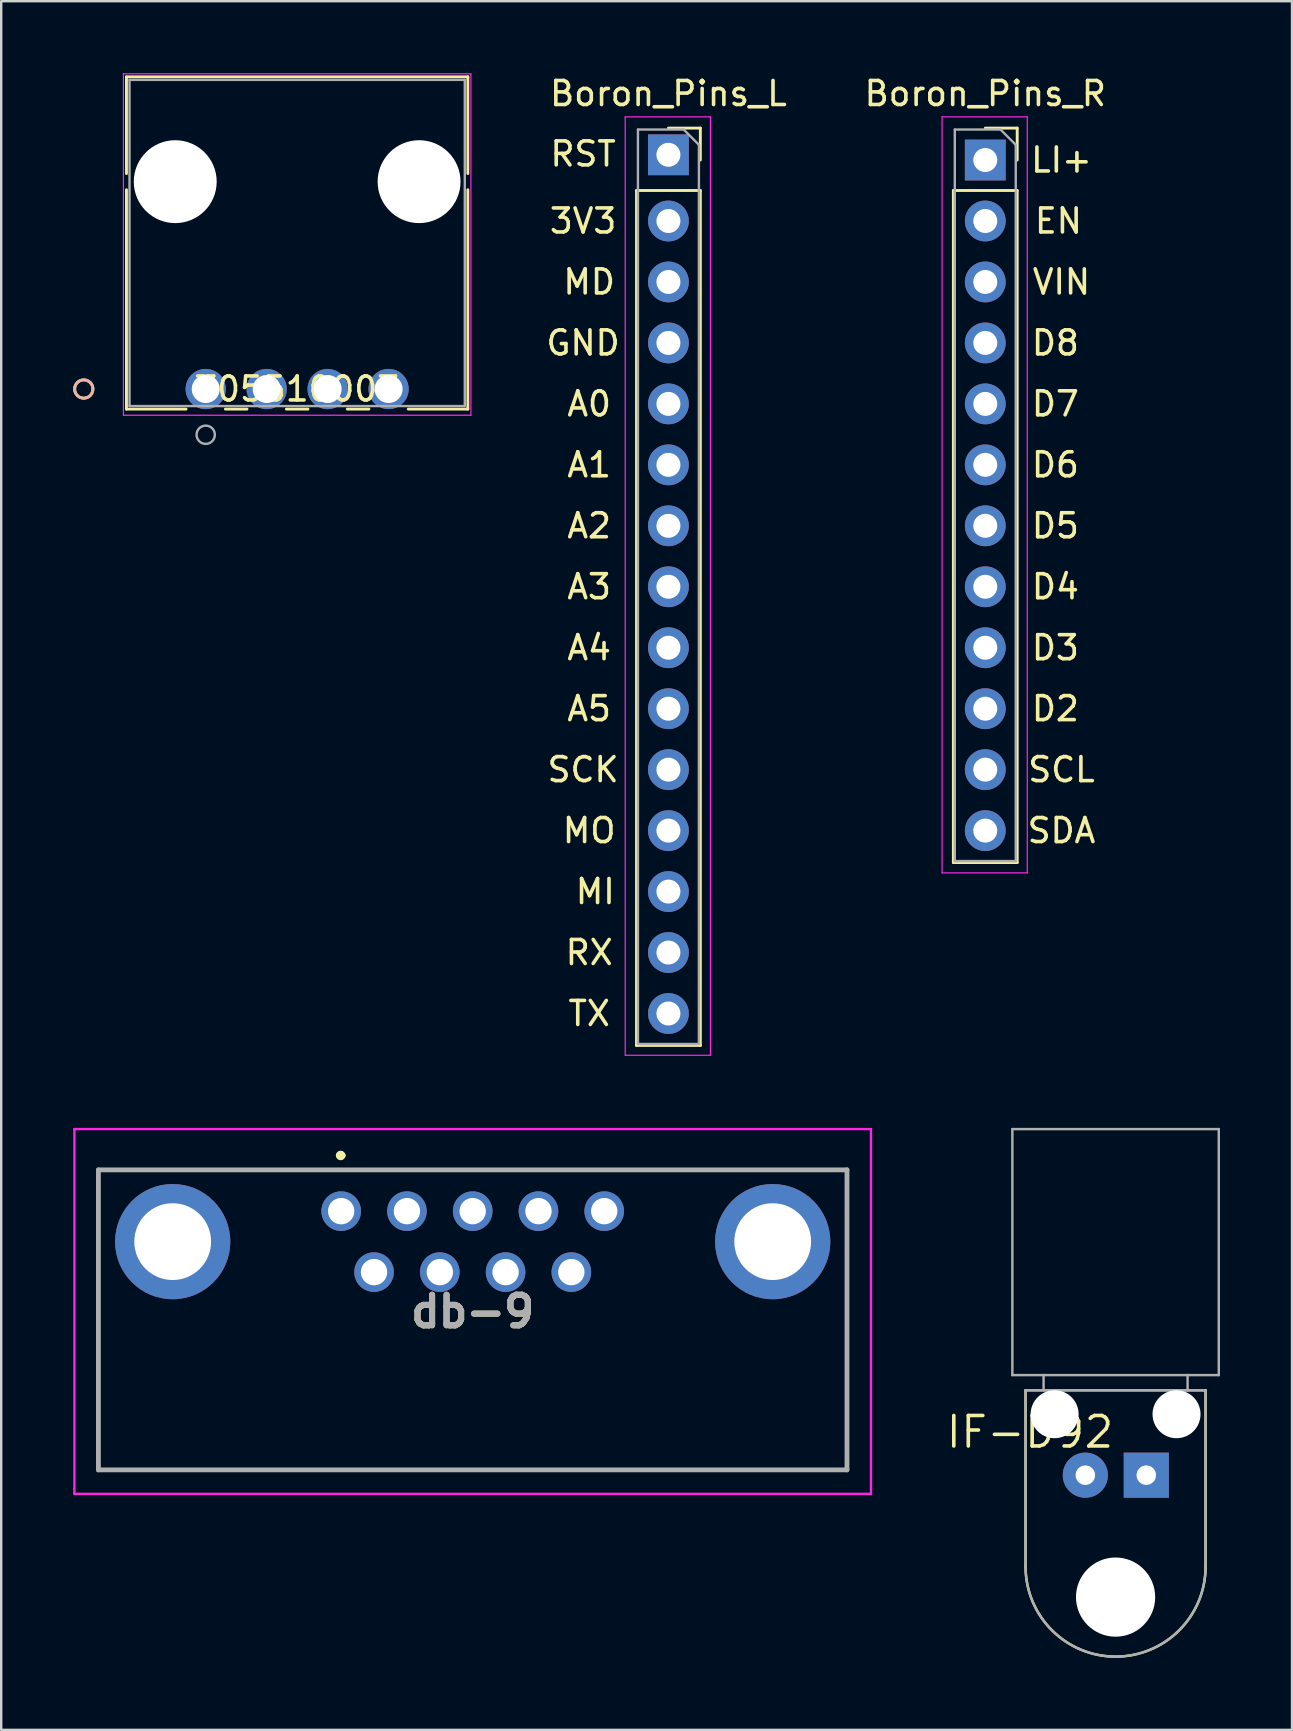
<source format=kicad_pcb>
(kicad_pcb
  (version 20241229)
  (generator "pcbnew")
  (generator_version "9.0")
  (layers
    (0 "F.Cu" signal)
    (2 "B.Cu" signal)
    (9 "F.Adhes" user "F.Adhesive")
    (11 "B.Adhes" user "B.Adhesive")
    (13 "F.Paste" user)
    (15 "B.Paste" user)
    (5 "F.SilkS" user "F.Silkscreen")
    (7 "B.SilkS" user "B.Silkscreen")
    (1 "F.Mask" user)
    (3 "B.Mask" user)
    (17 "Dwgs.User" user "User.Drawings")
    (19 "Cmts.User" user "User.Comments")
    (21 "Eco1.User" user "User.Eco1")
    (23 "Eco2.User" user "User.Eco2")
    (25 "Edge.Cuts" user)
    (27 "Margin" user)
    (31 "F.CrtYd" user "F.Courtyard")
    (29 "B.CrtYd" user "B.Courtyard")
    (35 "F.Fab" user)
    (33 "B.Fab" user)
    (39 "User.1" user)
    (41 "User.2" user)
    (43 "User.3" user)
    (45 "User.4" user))
  (footprint "Boron_Pins_L"
    (layer "F.Cu")
    (at 24.8 3.618)
    (property "Reference" "Boron_Pins_L" (at 0 -2.77 0) (layer "F.SilkS") (effects (font (size 1 1) (thickness 0.15))))
    (attr through_hole)
    (fp_line (start -1.33 1.27) (end -1.33 36.89) (stroke (width 0.12) (type solid)) (layer "F.SilkS"))
    (fp_line (start -1.33 1.27) (end 1.33 1.27) (stroke (width 0.12) (type solid)) (layer "F.SilkS"))
    (fp_line (start -1.33 36.89) (end 1.33 36.89) (stroke (width 0.12) (type solid)) (layer "F.SilkS"))
    (fp_line (start 0 -1.33) (end 1.33 -1.33) (stroke (width 0.12) (type solid)) (layer "F.SilkS"))
    (fp_line (start 1.33 -1.33) (end 1.33 0) (stroke (width 0.12) (type solid)) (layer "F.SilkS"))
    (fp_line (start 1.33 1.27) (end 1.33 36.89) (stroke (width 0.12) (type solid)) (layer "F.SilkS"))
    (fp_line (start -1.8 -1.8) (end 1.75 -1.8) (stroke (width 0.05) (type solid)) (layer "F.CrtYd"))
    (fp_line (start -1.8 37.3) (end -1.8 -1.8) (stroke (width 0.05) (type solid)) (layer "F.CrtYd"))
    (fp_line (start 1.75 -1.8) (end 1.75 37.3) (stroke (width 0.05) (type solid)) (layer "F.CrtYd"))
    (fp_line (start 1.75 37.3) (end -1.8 37.3) (stroke (width 0.05) (type solid)) (layer "F.CrtYd"))
    (fp_line (start -1.27 -1.27) (end 0.635 -1.27) (stroke (width 0.1) (type solid)) (layer "F.Fab"))
    (fp_line (start -1.27 36.83) (end -1.27 -1.27) (stroke (width 0.1) (type solid)) (layer "F.Fab"))
    (fp_line (start 0.635 -1.27) (end 1.27 -0.635) (stroke (width 0.1) (type solid)) (layer "F.Fab"))
    (fp_line (start 1.27 -0.635) (end 1.27 36.83) (stroke (width 0.1) (type solid)) (layer "F.Fab"))
    (fp_line (start 1.27 36.83) (end -1.27 36.83) (stroke (width 0.1) (type solid)) (layer "F.Fab"))
    (fp_text user "3V3" (at -3.556 2.54 180) (layer "F.SilkS") (effects (font (size 1 1) (thickness 0.15))))
    (fp_text user "A3" (at -3.302 17.78 180) (layer "F.SilkS") (effects (font (size 1 1) (thickness 0.15))))
    (fp_text user "TX" (at -3.302 35.56 180) (layer "F.SilkS") (effects (font (size 1 1) (thickness 0.15))))
    (fp_text user "MD" (at -3.302 5.08 180) (layer "F.SilkS") (effects (font (size 1 1) (thickness 0.15))))
    (fp_text user "A0" (at -3.302 10.16 180) (layer "F.SilkS") (effects (font (size 1 1) (thickness 0.15))))
    (fp_text user "SCK" (at -3.556 25.4 180) (layer "F.SilkS") (effects (font (size 1 1) (thickness 0.15))))
    (fp_text user "A2" (at -3.302 15.24 180) (layer "F.SilkS") (effects (font (size 1 1) (thickness 0.15))))
    (fp_text user "A1" (at -3.302 12.7 180) (layer "F.SilkS") (effects (font (size 1 1) (thickness 0.15))))
    (fp_text user "RX" (at -3.302 33.02 180) (layer "F.SilkS") (effects (font (size 1 1) (thickness 0.15))))
    (fp_text user "MO" (at -3.302 27.94 180) (layer "F.SilkS") (effects (font (size 1 1) (thickness 0.15))))
    (fp_text user "A5" (at -3.302 22.86 180) (layer "F.SilkS") (effects (font (size 1 1) (thickness 0.15))))
    (fp_text user "MI" (at -3.048 30.48 180) (layer "F.SilkS") (effects (font (size 1 1) (thickness 0.15))))
    (fp_text user "A4" (at -3.302 20.32 180) (layer "F.SilkS") (effects (font (size 1 1) (thickness 0.15))))
    (fp_text user "RST" (at -3.556 -0.254 180) (layer "F.SilkS") (effects (font (size 1 1) (thickness 0.15))))
    (fp_text user "GND" (at -3.556 7.62 180) (layer "F.SilkS") (effects (font (size 1 1) (thickness 0.15))))
    (pad "1" thru_hole rect (at 0 -0.218) (size 1.7 1.7) (drill 1) (layers "*.Cu" "*.Mask"))
    (pad "2" thru_hole oval (at 0 2.54) (size 1.7 1.7) (drill 1) (layers "*.Cu" "*.Mask"))
    (pad "3" thru_hole oval (at 0 5.08) (size 1.7 1.7) (drill 1) (layers "*.Cu" "*.Mask"))
    (pad "4" thru_hole oval (at 0 7.62) (size 1.7 1.7) (drill 1) (layers "*.Cu" "*.Mask"))
    (pad "5" thru_hole oval (at 0 10.16) (size 1.7 1.7) (drill 1) (layers "*.Cu" "*.Mask"))
    (pad "6" thru_hole oval (at 0 12.7) (size 1.7 1.7) (drill 1) (layers "*.Cu" "*.Mask"))
    (pad "7" thru_hole oval (at 0 15.24) (size 1.7 1.7) (drill 1) (layers "*.Cu" "*.Mask"))
    (pad "8" thru_hole oval (at 0 17.78) (size 1.7 1.7) (drill 1) (layers "*.Cu" "*.Mask"))
    (pad "9" thru_hole oval (at 0 20.32) (size 1.7 1.7) (drill 1) (layers "*.Cu" "*.Mask"))
    (pad "10" thru_hole oval (at 0 22.86) (size 1.7 1.7) (drill 1) (layers "*.Cu" "*.Mask"))
    (pad "11" thru_hole oval (at 0 25.4) (size 1.7 1.7) (drill 1) (layers "*.Cu" "*.Mask"))
    (pad "12" thru_hole oval (at 0 27.94) (size 1.7 1.7) (drill 1) (layers "*.Cu" "*.Mask"))
    (pad "13" thru_hole oval (at 0 30.48) (size 1.7 1.7) (drill 1) (layers "*.Cu" "*.Mask"))
    (pad "14" thru_hole oval (at 0 33.02) (size 1.7 1.7) (drill 1) (layers "*.Cu" "*.Mask"))
    (pad "15" thru_hole oval (at 0 35.56) (size 1.7 1.7) (drill 1) (layers "*.Cu" "*.Mask")))
  (footprint "Boron_Pins_R"
    (layer "F.Cu")
    (at 38.002 3.618)
    (property "Reference" "Boron_Pins_R" (at 0 -2.77 180) (layer "F.SilkS") (effects (font (size 1 1) (thickness 0.15))))
    (attr through_hole)
    (fp_line (start -1.33 1.27) (end -1.33 29.27) (stroke (width 0.12) (type solid)) (layer "F.SilkS"))
    (fp_line (start -1.33 1.27) (end 1.33 1.27) (stroke (width 0.12) (type solid)) (layer "F.SilkS"))
    (fp_line (start -1.33 29.27) (end 1.33 29.27) (stroke (width 0.12) (type solid)) (layer "F.SilkS"))
    (fp_line (start 0 -1.33) (end 1.33 -1.33) (stroke (width 0.12) (type solid)) (layer "F.SilkS"))
    (fp_line (start 1.33 -1.33) (end 1.33 0) (stroke (width 0.12) (type solid)) (layer "F.SilkS"))
    (fp_line (start 1.33 1.27) (end 1.33 29.27) (stroke (width 0.12) (type solid)) (layer "F.SilkS"))
    (fp_line (start -1.8 -1.8) (end 1.75 -1.8) (stroke (width 0.05) (type solid)) (layer "F.CrtYd"))
    (fp_line (start -1.8 29.7) (end -1.8 -1.8) (stroke (width 0.05) (type solid)) (layer "F.CrtYd"))
    (fp_line (start 1.75 -1.8) (end 1.75 29.7) (stroke (width 0.05) (type solid)) (layer "F.CrtYd"))
    (fp_line (start 1.75 29.7) (end -1.8 29.7) (stroke (width 0.05) (type solid)) (layer "F.CrtYd"))
    (fp_line (start -1.27 -1.27) (end 0.635 -1.27) (stroke (width 0.1) (type solid)) (layer "F.Fab"))
    (fp_line (start -1.27 29.21) (end -1.27 -1.27) (stroke (width 0.1) (type solid)) (layer "F.Fab"))
    (fp_line (start 0.635 -1.27) (end 1.27 -0.635) (stroke (width 0.1) (type solid)) (layer "F.Fab"))
    (fp_line (start 1.27 -0.635) (end 1.27 29.21) (stroke (width 0.1) (type solid)) (layer "F.Fab"))
    (fp_line (start 1.27 29.21) (end -1.27 29.21) (stroke (width 0.1) (type solid)) (layer "F.Fab"))
    (fp_text user "D2" (at 2.921 22.86 0) (layer "F.SilkS") (effects (font (size 1 1) (thickness 0.15))))
    (fp_text user "VIN" (at 3.175 5.08 0) (layer "F.SilkS") (effects (font (size 1 1) (thickness 0.15))))
    (fp_text user "SDA" (at 3.175 27.94 0) (layer "F.SilkS") (effects (font (size 1 1) (thickness 0.15))))
    (fp_text user "D6" (at 2.921 12.7 0) (layer "F.SilkS") (effects (font (size 1 1) (thickness 0.15))))
    (fp_text user "D8" (at 2.921 7.62 0) (layer "F.SilkS") (effects (font (size 1 1) (thickness 0.15))))
    (fp_text user "D3" (at 2.921 20.32 0) (layer "F.SilkS") (effects (font (size 1 1) (thickness 0.15))))
    (fp_text user "LI+" (at 3.175 0 0) (layer "F.SilkS") (effects (font (size 1 1) (thickness 0.15))))
    (fp_text user "D7" (at 2.921 10.16 0) (layer "F.SilkS") (effects (font (size 1 1) (thickness 0.15))))
    (fp_text user "D4" (at 2.921 17.78 0) (layer "F.SilkS") (effects (font (size 1 1) (thickness 0.15))))
    (fp_text user "SCL" (at 3.175 25.4 0) (layer "F.SilkS") (effects (font (size 1 1) (thickness 0.15))))
    (fp_text user "EN" (at 3.048 2.54 0) (layer "F.SilkS") (effects (font (size 1 1) (thickness 0.15))))
    (fp_text user "D5" (at 2.921 15.24 0) (layer "F.SilkS") (effects (font (size 1 1) (thickness 0.15))))
    (pad "1" thru_hole rect (at 0 0) (size 1.7 1.7) (drill 1) (layers "*.Cu" "*.Mask"))
    (pad "2" thru_hole oval (at 0 2.54) (size 1.7 1.7) (drill 1) (layers "*.Cu" "*.Mask"))
    (pad "3" thru_hole oval (at 0 5.08) (size 1.7 1.7) (drill 1) (layers "*.Cu" "*.Mask"))
    (pad "4" thru_hole oval (at 0 7.62) (size 1.7 1.7) (drill 1) (layers "*.Cu" "*.Mask"))
    (pad "5" thru_hole oval (at 0 10.16) (size 1.7 1.7) (drill 1) (layers "*.Cu" "*.Mask"))
    (pad "6" thru_hole oval (at 0 12.7) (size 1.7 1.7) (drill 1) (layers "*.Cu" "*.Mask"))
    (pad "7" thru_hole oval (at 0 15.24) (size 1.7 1.7) (drill 1) (layers "*.Cu" "*.Mask"))
    (pad "8" thru_hole oval (at 0 17.78) (size 1.7 1.7) (drill 1) (layers "*.Cu" "*.Mask"))
    (pad "9" thru_hole oval (at 0 20.32) (size 1.7 1.7) (drill 1) (layers "*.Cu" "*.Mask"))
    (pad "10" thru_hole oval (at 0 22.86) (size 1.7 1.7) (drill 1) (layers "*.Cu" "*.Mask"))
    (pad "11" thru_hole oval (at 0 25.4) (size 1.7 1.7) (drill 1) (layers "*.Cu" "*.Mask"))
    (pad "12" thru_hole oval (at 0 27.94) (size 1.7 1.7) (drill 1) (layers "*.Cu" "*.Mask")))
  (footprint "IF-D92"
    (layer "F.Cu")
    (at 43.441 55.874)
    (property "Reference" "IF-D92" (at 0 0 0) (layer "F.SilkS") (effects (font (size 1.27 1.27) (thickness 0.15)) (justify right top)))
    (attr through_hole)
    (fp_line (start -3.76 -1) (end -3.76 6.35) (stroke (width 0.102) (type solid)) (layer "F.SilkS"))
    (fp_line (start -3.76 -1) (end 3.74 -1) (stroke (width 0.102) (type solid)) (layer "F.SilkS"))
    (fp_line (start 3.74 -1) (end 3.74 6.35) (stroke (width 0.102) (type solid)) (layer "F.SilkS"))
    (fp_arc (start 3.74 6.35) (mid -0.01 10.1) (end -3.76 6.35) (stroke (width 0.1016) (type solid)) (layer "F.SilkS"))
    (fp_line (start -4.31 -11.88) (end 4.29 -11.88) (stroke (width 0.102) (type solid)) (layer "F.Fab"))
    (fp_line (start -4.31 -1.63) (end -4.31 -11.88) (stroke (width 0.102) (type solid)) (layer "F.Fab"))
    (fp_line (start -3.76 -1) (end -3.01 -1) (stroke (width 0.102) (type solid)) (layer "F.Fab"))
    (fp_line (start -3.76 6.35) (end -3.76 -1) (stroke (width 0.102) (type solid)) (layer "F.Fab"))
    (fp_line (start -3.01 -1.63) (end -4.31 -1.63) (stroke (width 0.102) (type solid)) (layer "F.Fab"))
    (fp_line (start -3.01 -1.63) (end -3.01 -1) (stroke (width 0.102) (type solid)) (layer "F.Fab"))
    (fp_line (start -3.01 -1) (end 2.99 -1) (stroke (width 0.102) (type solid)) (layer "F.Fab"))
    (fp_line (start 2.99 -1.63) (end -3.01 -1.63) (stroke (width 0.102) (type solid)) (layer "F.Fab"))
    (fp_line (start 2.99 -1.63) (end 2.99 -1) (stroke (width 0.102) (type solid)) (layer "F.Fab"))
    (fp_line (start 2.99 -1) (end 3.74 -1) (stroke (width 0.102) (type solid)) (layer "F.Fab"))
    (fp_line (start 3.74 -1) (end 3.74 6.34) (stroke (width 0.102) (type solid)) (layer "F.Fab"))
    (fp_line (start 4.29 -11.88) (end 4.29 -1.63) (stroke (width 0.102) (type solid)) (layer "F.Fab"))
    (fp_line (start 4.29 -1.63) (end 2.99 -1.63) (stroke (width 0.102) (type solid)) (layer "F.Fab"))
    (fp_arc (start 3.74 6.35) (mid -0.01 10.1) (end -3.76 6.35) (stroke (width 0.1016) (type solid)) (layer "F.Fab"))
    (pad "" np_thru_hole circle (at -2.55 0) (size 2 2) (drill 2) (layers "*.Cu" "*.Mask"))
    (pad "" np_thru_hole circle (at -0.01 7.62) (size 3.3 3.3) (drill 3.3) (layers "*.Cu" "*.Mask"))
    (pad "" np_thru_hole circle (at 2.53 0) (size 2 2) (drill 2) (layers "*.Cu" "*.Mask"))
    (pad "1" thru_hole rect (at 1.27 2.54) (size 1.88 1.88) (drill 0.813) (layers "*.Cu" "*.Mask"))
    (pad "2" thru_hole circle (at -1.27 2.54) (size 1.88 1.88) (drill 0.813) (layers "*.Cu" "*.Mask")))
  (footprint "db-9"
    (layer "F.Cu")
    (at 16.645 51.593)
    (property "Reference" "db-9" (at 0 0 0) (layer "F.SilkS") (effects (font (size 1.27 1.27) (thickness 0.254))))
    (attr through_hole)
    (fp_line (start -15.595 -5.9) (end 15.595 -5.9) (stroke (width 0.1) (type solid)) (layer "F.SilkS"))
    (fp_line (start -15.595 6.6) (end -15.595 -5.9) (stroke (width 0.1) (type solid)) (layer "F.SilkS"))
    (fp_line (start -5.6 -6.5) (end -5.6 -6.5) (stroke (width 0.2) (type solid)) (layer "F.SilkS"))
    (fp_line (start -5.4 -6.5) (end -5.4 -6.5) (stroke (width 0.2) (type solid)) (layer "F.SilkS"))
    (fp_line (start 15.595 -5.9) (end 15.595 6.6) (stroke (width 0.1) (type solid)) (layer "F.SilkS"))
    (fp_line (start 15.595 6.6) (end -15.595 6.6) (stroke (width 0.1) (type solid)) (layer "F.SilkS"))
    (fp_arc (start -5.6 -6.5) (mid -5.5 -6.6) (end -5.4 -6.5) (stroke (width 0.2) (type solid)) (layer "F.SilkS"))
    (fp_arc (start -5.4 -6.5) (mid -5.5 -6.4) (end -5.6 -6.5) (stroke (width 0.2) (type solid)) (layer "F.SilkS"))
    (fp_line (start -16.595 -7.6) (end 16.595 -7.6) (stroke (width 0.1) (type solid)) (layer "F.CrtYd"))
    (fp_line (start -16.595 7.6) (end -16.595 -7.6) (stroke (width 0.1) (type solid)) (layer "F.CrtYd"))
    (fp_line (start 16.595 -7.6) (end 16.595 7.6) (stroke (width 0.1) (type solid)) (layer "F.CrtYd"))
    (fp_line (start 16.595 7.6) (end -16.595 7.6) (stroke (width 0.1) (type solid)) (layer "F.CrtYd"))
    (fp_line (start -15.595 -5.9) (end 15.595 -5.9) (stroke (width 0.2) (type solid)) (layer "F.Fab"))
    (fp_line (start -15.595 6.6) (end -15.595 -5.9) (stroke (width 0.2) (type solid)) (layer "F.Fab"))
    (fp_line (start 15.595 -5.9) (end 15.595 6.6) (stroke (width 0.2) (type solid)) (layer "F.Fab"))
    (fp_line (start 15.595 6.6) (end -15.595 6.6) (stroke (width 0.2) (type solid)) (layer "F.Fab"))
    (fp_text user "${REFERENCE}" (at 0 0 0) (layer "F.Fab") (effects (font (size 1.27 1.27) (thickness 0.254))))
    (pad "1" thru_hole circle (at -5.48 -4.18) (size 1.65 1.65) (drill 1.1) (layers "*.Cu" "*.Mask"))
    (pad "2" thru_hole circle (at -2.74 -4.18) (size 1.65 1.65) (drill 1.1) (layers "*.Cu" "*.Mask"))
    (pad "3" thru_hole circle (at 0 -4.18) (size 1.65 1.65) (drill 1.1) (layers "*.Cu" "*.Mask"))
    (pad "4" thru_hole circle (at 2.74 -4.18) (size 1.65 1.65) (drill 1.1) (layers "*.Cu" "*.Mask"))
    (pad "5" thru_hole circle (at 5.48 -4.18) (size 1.65 1.65) (drill 1.1) (layers "*.Cu" "*.Mask"))
    (pad "6" thru_hole circle (at -4.11 -1.64) (size 1.65 1.65) (drill 1.1) (layers "*.Cu" "*.Mask"))
    (pad "7" thru_hole circle (at -1.37 -1.64) (size 1.65 1.65) (drill 1.1) (layers "*.Cu" "*.Mask"))
    (pad "8" thru_hole circle (at 1.37 -1.64) (size 1.65 1.65) (drill 1.1) (layers "*.Cu" "*.Mask"))
    (pad "9" thru_hole circle (at 4.11 -1.64) (size 1.65 1.65) (drill 1.1) (layers "*.Cu" "*.Mask"))
    (pad "10" thru_hole circle (at -12.5 -2.91) (size 4.8 4.8) (drill 3.2) (layers "*.Cu" "*.Mask"))
    (pad "11" thru_hole circle (at 12.5 -2.91) (size 4.8 4.8) (drill 3.2) (layers "*.Cu" "*.Mask")))
  (footprint "705510003"
    (layer "F.Cu")
    (at 5.521 13.159)
    (property "Reference" "705510003" (at 3.81 0 0) (layer "F.SilkS") (effects (font (size 1 1) (thickness 0.15))))
    (attr through_hole)
    (fp_line (start -3.302 -13.007) (end -3.302 -8.978) (stroke (width 0.12) (type solid)) (layer "F.SilkS"))
    (fp_line (start -3.302 -8.302) (end -3.302 0.836) (stroke (width 0.12) (type solid)) (layer "F.SilkS"))
    (fp_line (start -3.302 0.836) (end -0.82 0.836) (stroke (width 0.12) (type solid)) (layer "F.SilkS"))
    (fp_line (start 0.82 0.836) (end 1.72 0.836) (stroke (width 0.12) (type solid)) (layer "F.SilkS"))
    (fp_line (start 3.36 0.836) (end 4.26 0.836) (stroke (width 0.12) (type solid)) (layer "F.SilkS"))
    (fp_line (start 5.9 0.836) (end 6.8 0.836) (stroke (width 0.12) (type solid)) (layer "F.SilkS"))
    (fp_line (start 8.44 0.836) (end 10.922 0.836) (stroke (width 0.12) (type solid)) (layer "F.SilkS"))
    (fp_line (start 10.922 -13.007) (end -3.302 -13.007) (stroke (width 0.12) (type solid)) (layer "F.SilkS"))
    (fp_line (start 10.922 -8.978) (end 10.922 -13.007) (stroke (width 0.12) (type solid)) (layer "F.SilkS"))
    (fp_line (start 10.922 0.836) (end 10.922 -8.302) (stroke (width 0.12) (type solid)) (layer "F.SilkS"))
    (fp_circle (center -5.08 0) (end -4.699 0) (stroke (width 0.12) (type solid)) (fill no) (layer "F.SilkS"))
    (fp_circle (center -5.08 0) (end -4.699 0) (stroke (width 0.12) (type solid)) (fill no) (layer "B.SilkS"))
    (fp_line (start -3.429 -13.134) (end -3.429 1.092) (stroke (width 0.05) (type solid)) (layer "F.CrtYd"))
    (fp_line (start -3.429 1.092) (end 11.049 1.092) (stroke (width 0.05) (type solid)) (layer "F.CrtYd"))
    (fp_line (start 11.049 -13.134) (end -3.429 -13.134) (stroke (width 0.05) (type solid)) (layer "F.CrtYd"))
    (fp_line (start 11.049 1.092) (end 11.049 -13.134) (stroke (width 0.05) (type solid)) (layer "F.CrtYd"))
    (fp_line (start -3.175 -12.88) (end -3.175 0.709) (stroke (width 0.1) (type solid)) (layer "F.Fab"))
    (fp_line (start -3.175 0.709) (end 10.795 0.709) (stroke (width 0.1) (type solid)) (layer "F.Fab"))
    (fp_line (start 10.795 -12.88) (end -3.175 -12.88) (stroke (width 0.1) (type solid)) (layer "F.Fab"))
    (fp_line (start 10.795 0.709) (end 10.795 -12.88) (stroke (width 0.1) (type solid)) (layer "F.Fab"))
    (fp_circle (center 0 1.905) (end 0.381 1.905) (stroke (width 0.1) (type solid)) (fill no) (layer "F.Fab"))
    (fp_text user "*" (at 0 0 0) (layer "F.SilkS") (effects (font (size 1 1) (thickness 0.15))))
    (fp_text user "Copyright 2021 Accelerated Designs. All rights reserved." (at 0 0 0) (layer "Cmts.User") (effects (font (size 0.127 0.127) (thickness 0.002))))
    (fp_text user "*" (at 0 0 0) (layer "F.Fab") (effects (font (size 1 1) (thickness 0.15))))
    (pad "" np_thru_hole circle (at -1.27 -8.64 90) (size 3.454 3.454) (drill 3.454) (layers "*.Cu" "*.Mask"))
    (pad "" np_thru_hole circle (at 8.89 -8.64 90) (size 3.454 3.454) (drill 3.454) (layers "*.Cu" "*.Mask"))
    (pad "1" thru_hole circle (at 0 0) (size 1.676 1.676) (drill 1.168) (layers "*.Cu" "*.Mask"))
    (pad "2" thru_hole circle (at 2.54 0) (size 1.676 1.676) (drill 1.168) (layers "*.Cu" "*.Mask"))
    (pad "3" thru_hole circle (at 5.08 0) (size 1.676 1.676) (drill 1.168) (layers "*.Cu" "*.Mask"))
    (pad "4" thru_hole circle (at 7.62 0) (size 1.676 1.676) (drill 1.168) (layers "*.Cu" "*.Mask")))
  (gr_rect
    (start -3 -3)
    (end 50.782 69.025)
    (stroke (width 0.1) (type default))
    (fill no)
    (layer "Edge.Cuts")))
</source>
